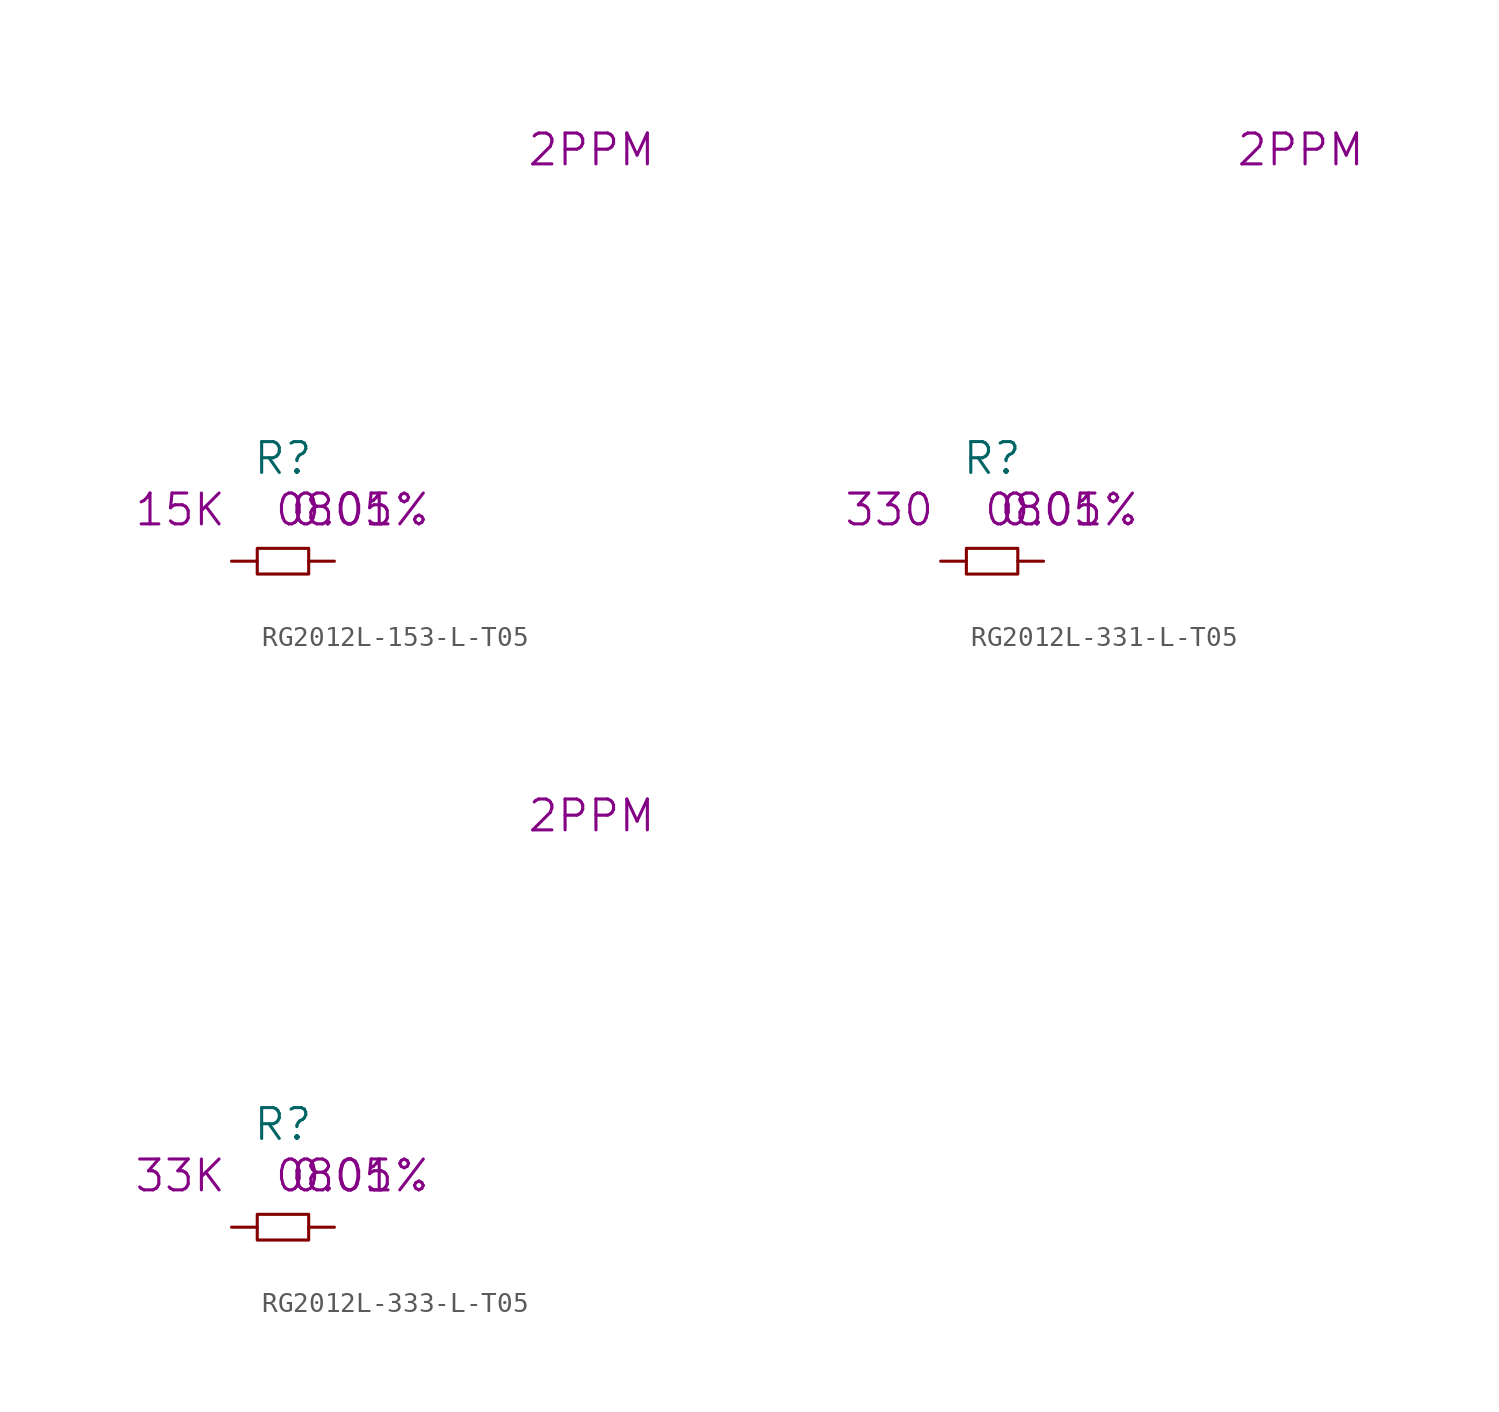
<source format=kicad_sym>
(kicad_symbol_lib
  (version 20220914)
  (generator kicad_symbol_editor)
  (symbol "RG2012L-153-L-T05"
    (pin_numbers hide)
    (pin_names
      (offset 1.016) hide)
    (property "Reference" "R"
      (at 0 5.08 0)
      (effects (font (size 1.524 1.524))))
    (property "Value2" "15K"
      (at -5.08 2.54 0)
      (effects (font (size 1.524 1.524))))
    (property "Tolerance" "0.01%"
      (at 3.81 2.54 0)
      (effects (font (size 1.524 1.524))))
    (property "Size" "0805"
      (at 2.54 2.54 0)
      (effects (font (size 1.524 1.524))))
    (property "Drift" "2PPM"
      (at 15.24 20.32 0)
      (effects (font (size 1.524 1.524))))
    (symbol "RG2012L-153-L-T05_0_1"
      (rectangle (start -1.27 0.635) (end 1.27 -0.635) (stroke (width 0) (type solid)) (fill (type none))))
    (symbol "RG2012L-153-L-T05_1_1"
      (pin passive line (at -2.54 0 0) (length 1.27) (name "1" (effects (font (size 1.27 1.27)))) (number "1" (effects (font (size 1.27 1.27)))))
      (pin passive line (at 2.54 0 180) (length 1.27) (name "2" (effects (font (size 1.27 1.27)))) (number "2" (effects (font (size 1.27 1.27)))))))
  (symbol "RG2012L-331-L-T05"
    (pin_numbers hide)
    (pin_names
      (offset 1.016) hide)
    (property "Reference" "R"
      (at 0 5.08 0)
      (effects (font (size 1.524 1.524))))
    (property "Value2" "330"
      (at -5.08 2.54 0)
      (effects (font (size 1.524 1.524))))
    (property "Tolerance" "0.01%"
      (at 3.81 2.54 0)
      (effects (font (size 1.524 1.524))))
    (property "Size" "0805"
      (at 2.54 2.54 0)
      (effects (font (size 1.524 1.524))))
    (property "Drift" "2PPM"
      (at 15.24 20.32 0)
      (effects (font (size 1.524 1.524))))
    (symbol "RG2012L-331-L-T05_0_1"
      (rectangle (start -1.27 0.635) (end 1.27 -0.635) (stroke (width 0) (type solid)) (fill (type none))))
    (symbol "RG2012L-331-L-T05_1_1"
      (pin passive line (at -2.54 0 0) (length 1.27) (name "1" (effects (font (size 1.27 1.27)))) (number "1" (effects (font (size 1.27 1.27)))))
      (pin passive line (at 2.54 0 180) (length 1.27) (name "2" (effects (font (size 1.27 1.27)))) (number "2" (effects (font (size 1.27 1.27)))))))
  (symbol "RG2012L-333-L-T05"
    (pin_numbers hide)
    (pin_names
      (offset 1.016) hide)
    (property "Reference" "R"
      (at 0 5.08 0)
      (effects (font (size 1.524 1.524))))
    (property "Value2" "33K"
      (at -5.08 2.54 0)
      (effects (font (size 1.524 1.524))))
    (property "Tolerance" "0.01%"
      (at 3.81 2.54 0)
      (effects (font (size 1.524 1.524))))
    (property "Size" "0805"
      (at 2.54 2.54 0)
      (effects (font (size 1.524 1.524))))
    (property "Drift" "2PPM"
      (at 15.24 20.32 0)
      (effects (font (size 1.524 1.524))))
    (symbol "RG2012L-333-L-T05_0_1"
      (rectangle (start -1.27 0.635) (end 1.27 -0.635) (stroke (width 0) (type solid)) (fill (type none))))
    (symbol "RG2012L-333-L-T05_1_1"
      (pin passive line (at -2.54 0 0) (length 1.27) (name "1" (effects (font (size 1.27 1.27)))) (number "1" (effects (font (size 1.27 1.27)))))
      (pin passive line (at 2.54 0 180) (length 1.27) (name "2" (effects (font (size 1.27 1.27)))) (number "2" (effects (font (size 1.27 1.27))))))))
</source>
